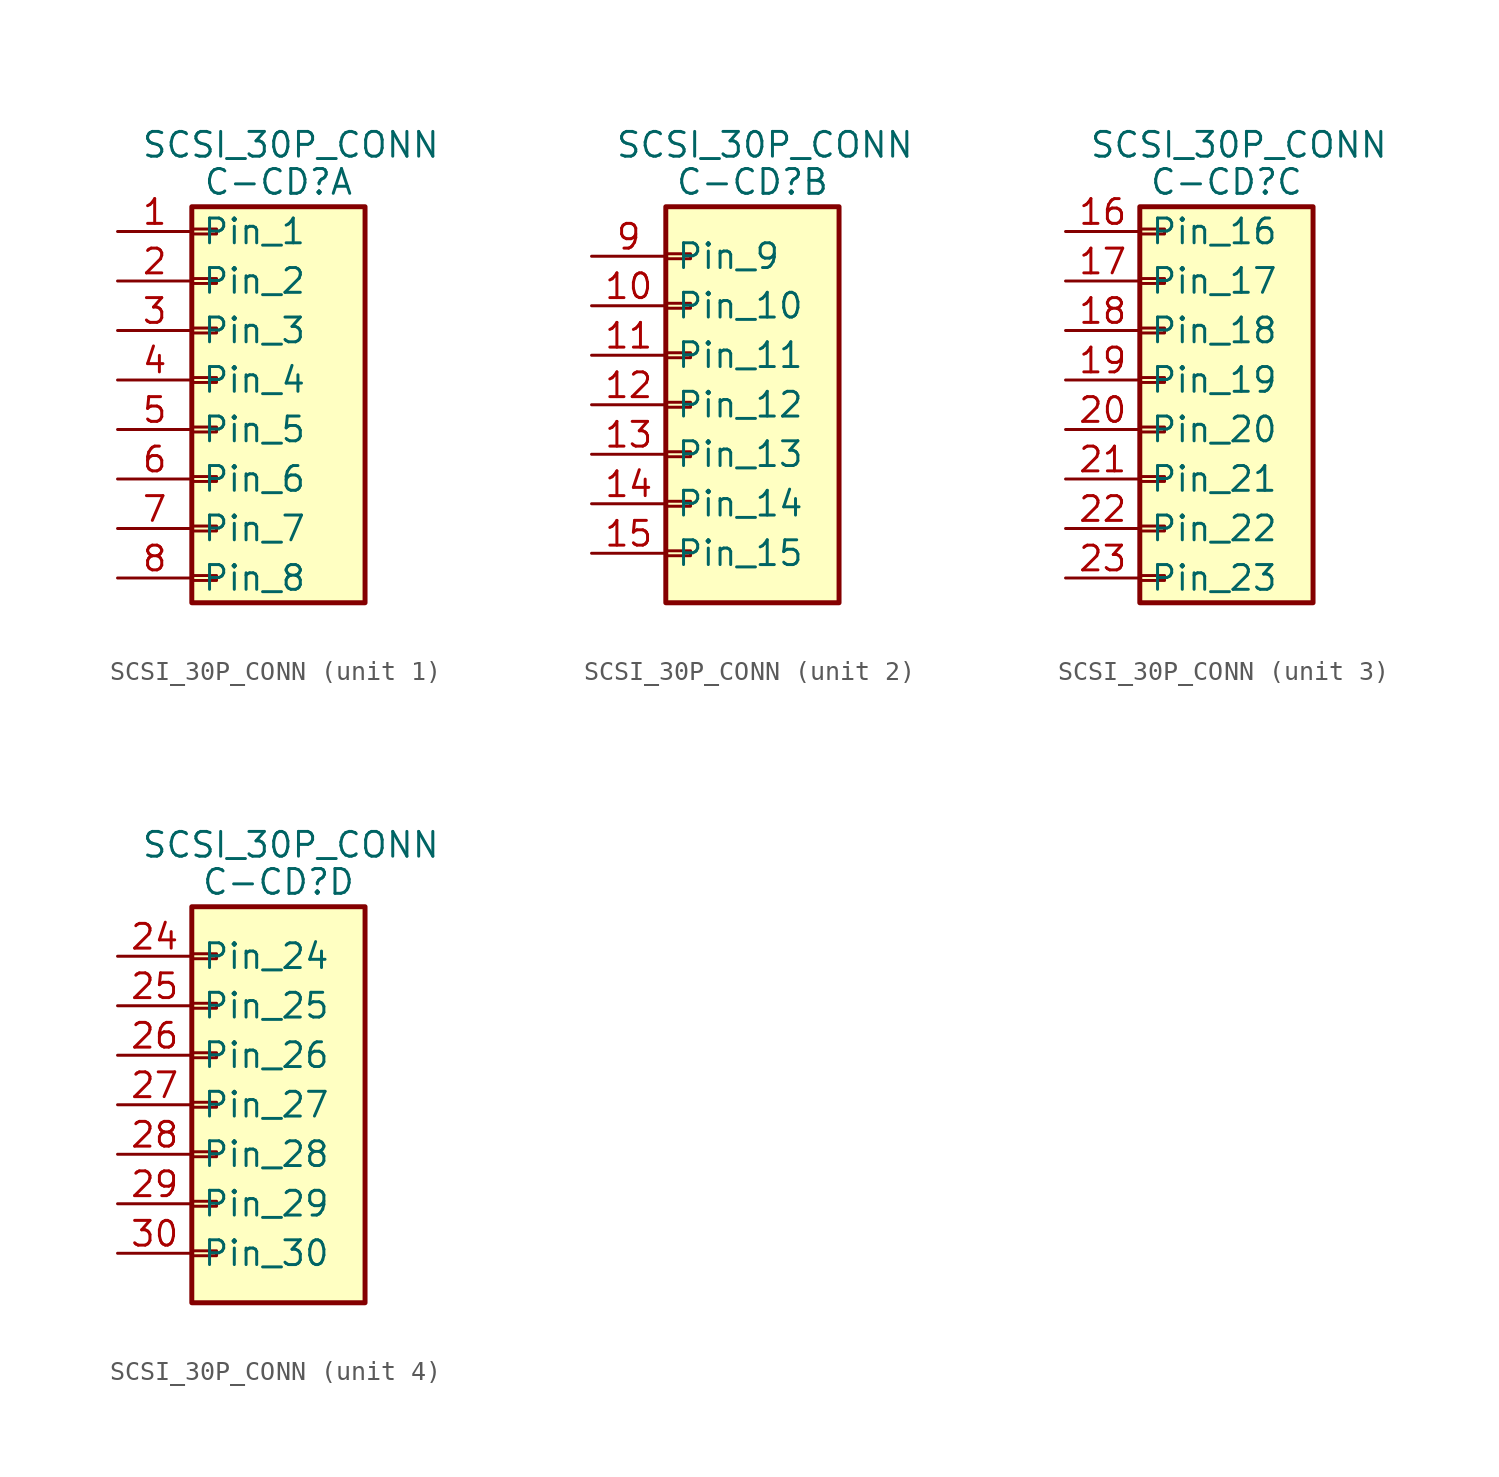
<source format=kicad_sym>
(kicad_symbol_lib
  (version 20211014)
  (generator kicad_symbol_editor)
  (symbol "SCSI_30P_CONN"
    (property "Reference" "C-CD"
      (at 8.255 1.27 0)
      (effects (font (size 1.27 1.27))))
    (property "Value" "SCSI_30P_CONN"
      (at 8.89 3.175 0)
      (effects (font (size 1.27 1.27))))
    (symbol "SCSI_30P_CONN_1_1"
      (rectangle (start 3.81 -18.923) (end 5.08 -19.177) (stroke (width 0.152) (type default) (color 0 0 0 0)) (fill (type none)))
      (rectangle (start 3.81 -16.383) (end 5.08 -16.637) (stroke (width 0.152) (type default) (color 0 0 0 0)) (fill (type none)))
      (rectangle (start 3.81 -13.843) (end 5.08 -14.097) (stroke (width 0.152) (type default) (color 0 0 0 0)) (fill (type none)))
      (rectangle (start 3.81 -11.303) (end 5.08 -11.557) (stroke (width 0.152) (type default) (color 0 0 0 0)) (fill (type none)))
      (rectangle (start 3.81 -8.763) (end 5.08 -9.017) (stroke (width 0.152) (type default) (color 0 0 0 0)) (fill (type none)))
      (rectangle (start 3.81 -6.223) (end 5.08 -6.477) (stroke (width 0.152) (type default) (color 0 0 0 0)) (fill (type none)))
      (rectangle (start 3.81 -3.683) (end 5.08 -3.937) (stroke (width 0.152) (type default) (color 0 0 0 0)) (fill (type none)))
      (rectangle (start 3.81 -1.143) (end 5.08 -1.397) (stroke (width 0.152) (type default) (color 0 0 0 0)) (fill (type none)))
      (rectangle (start 3.81 0) (end 12.7 -20.32) (stroke (width 0.254) (type default) (color 0 0 0 0)) (fill (type background)))
      (pin passive line (at 0 -1.27 0) (length 3.81) (name "Pin_1" (effects (font (size 1.27 1.27)))) (number "1" (effects (font (size 1.27 1.27)))))
      (pin passive line (at 0 -3.81 0) (length 3.81) (name "Pin_2" (effects (font (size 1.27 1.27)))) (number "2" (effects (font (size 1.27 1.27)))))
      (pin passive line (at 0 -6.35 0) (length 3.81) (name "Pin_3" (effects (font (size 1.27 1.27)))) (number "3" (effects (font (size 1.27 1.27)))))
      (pin passive line (at 0 -8.89 0) (length 3.81) (name "Pin_4" (effects (font (size 1.27 1.27)))) (number "4" (effects (font (size 1.27 1.27)))))
      (pin passive line (at 0 -11.43 0) (length 3.81) (name "Pin_5" (effects (font (size 1.27 1.27)))) (number "5" (effects (font (size 1.27 1.27)))))
      (pin passive line (at 0 -13.97 0) (length 3.81) (name "Pin_6" (effects (font (size 1.27 1.27)))) (number "6" (effects (font (size 1.27 1.27)))))
      (pin passive line (at 0 -16.51 0) (length 3.81) (name "Pin_7" (effects (font (size 1.27 1.27)))) (number "7" (effects (font (size 1.27 1.27)))))
      (pin passive line (at 0 -19.05 0) (length 3.81) (name "Pin_8" (effects (font (size 1.27 1.27)))) (number "8" (effects (font (size 1.27 1.27))))))
    (symbol "SCSI_30P_CONN_2_1"
      (rectangle (start 3.81 -17.653) (end 5.08 -17.907) (stroke (width 0.152) (type default) (color 0 0 0 0)) (fill (type none)))
      (rectangle (start 3.81 -15.113) (end 5.08 -15.367) (stroke (width 0.152) (type default) (color 0 0 0 0)) (fill (type none)))
      (rectangle (start 3.81 -12.573) (end 5.08 -12.827) (stroke (width 0.152) (type default) (color 0 0 0 0)) (fill (type none)))
      (rectangle (start 3.81 -10.033) (end 5.08 -10.287) (stroke (width 0.152) (type default) (color 0 0 0 0)) (fill (type none)))
      (rectangle (start 3.81 -7.493) (end 5.08 -7.747) (stroke (width 0.152) (type default) (color 0 0 0 0)) (fill (type none)))
      (rectangle (start 3.81 -4.953) (end 5.08 -5.207) (stroke (width 0.152) (type default) (color 0 0 0 0)) (fill (type none)))
      (rectangle (start 3.81 -2.413) (end 5.08 -2.667) (stroke (width 0.152) (type default) (color 0 0 0 0)) (fill (type none)))
      (rectangle (start 3.81 0) (end 12.7 -20.32) (stroke (width 0.254) (type default) (color 0 0 0 0)) (fill (type background)))
      (pin passive line (at 0 -5.08 0) (length 3.81) (name "Pin_10" (effects (font (size 1.27 1.27)))) (number "10" (effects (font (size 1.27 1.27)))))
      (pin passive line (at 0 -7.62 0) (length 3.81) (name "Pin_11" (effects (font (size 1.27 1.27)))) (number "11" (effects (font (size 1.27 1.27)))))
      (pin passive line (at 0 -10.16 0) (length 3.81) (name "Pin_12" (effects (font (size 1.27 1.27)))) (number "12" (effects (font (size 1.27 1.27)))))
      (pin passive line (at 0 -12.7 0) (length 3.81) (name "Pin_13" (effects (font (size 1.27 1.27)))) (number "13" (effects (font (size 1.27 1.27)))))
      (pin passive line (at 0 -15.24 0) (length 3.81) (name "Pin_14" (effects (font (size 1.27 1.27)))) (number "14" (effects (font (size 1.27 1.27)))))
      (pin passive line (at 0 -17.78 0) (length 3.81) (name "Pin_15" (effects (font (size 1.27 1.27)))) (number "15" (effects (font (size 1.27 1.27)))))
      (pin passive line (at 0 -2.54 0) (length 3.81) (name "Pin_9" (effects (font (size 1.27 1.27)))) (number "9" (effects (font (size 1.27 1.27))))))
    (symbol "SCSI_30P_CONN_3_1"
      (rectangle (start 3.81 -18.923) (end 5.08 -19.177) (stroke (width 0.152) (type default) (color 0 0 0 0)) (fill (type none)))
      (rectangle (start 3.81 -16.383) (end 5.08 -16.637) (stroke (width 0.152) (type default) (color 0 0 0 0)) (fill (type none)))
      (rectangle (start 3.81 -13.843) (end 5.08 -14.097) (stroke (width 0.152) (type default) (color 0 0 0 0)) (fill (type none)))
      (rectangle (start 3.81 -11.303) (end 5.08 -11.557) (stroke (width 0.152) (type default) (color 0 0 0 0)) (fill (type none)))
      (rectangle (start 3.81 -8.763) (end 5.08 -9.017) (stroke (width 0.152) (type default) (color 0 0 0 0)) (fill (type none)))
      (rectangle (start 3.81 -6.223) (end 5.08 -6.477) (stroke (width 0.152) (type default) (color 0 0 0 0)) (fill (type none)))
      (rectangle (start 3.81 -3.683) (end 5.08 -3.937) (stroke (width 0.152) (type default) (color 0 0 0 0)) (fill (type none)))
      (rectangle (start 3.81 -1.143) (end 5.08 -1.397) (stroke (width 0.152) (type default) (color 0 0 0 0)) (fill (type none)))
      (rectangle (start 3.81 0) (end 12.7 -20.32) (stroke (width 0.254) (type default) (color 0 0 0 0)) (fill (type background)))
      (pin passive line (at 0 -1.27 0) (length 3.81) (name "Pin_16" (effects (font (size 1.27 1.27)))) (number "16" (effects (font (size 1.27 1.27)))))
      (pin passive line (at 0 -3.81 0) (length 3.81) (name "Pin_17" (effects (font (size 1.27 1.27)))) (number "17" (effects (font (size 1.27 1.27)))))
      (pin passive line (at 0 -6.35 0) (length 3.81) (name "Pin_18" (effects (font (size 1.27 1.27)))) (number "18" (effects (font (size 1.27 1.27)))))
      (pin passive line (at 0 -8.89 0) (length 3.81) (name "Pin_19" (effects (font (size 1.27 1.27)))) (number "19" (effects (font (size 1.27 1.27)))))
      (pin passive line (at 0 -11.43 0) (length 3.81) (name "Pin_20" (effects (font (size 1.27 1.27)))) (number "20" (effects (font (size 1.27 1.27)))))
      (pin passive line (at 0 -13.97 0) (length 3.81) (name "Pin_21" (effects (font (size 1.27 1.27)))) (number "21" (effects (font (size 1.27 1.27)))))
      (pin passive line (at 0 -16.51 0) (length 3.81) (name "Pin_22" (effects (font (size 1.27 1.27)))) (number "22" (effects (font (size 1.27 1.27)))))
      (pin passive line (at 0 -19.05 0) (length 3.81) (name "Pin_23" (effects (font (size 1.27 1.27)))) (number "23" (effects (font (size 1.27 1.27))))))
    (symbol "SCSI_30P_CONN_4_1"
      (rectangle (start 3.81 -17.653) (end 5.08 -17.907) (stroke (width 0.152) (type default) (color 0 0 0 0)) (fill (type none)))
      (rectangle (start 3.81 -15.113) (end 5.08 -15.367) (stroke (width 0.152) (type default) (color 0 0 0 0)) (fill (type none)))
      (rectangle (start 3.81 -12.573) (end 5.08 -12.827) (stroke (width 0.152) (type default) (color 0 0 0 0)) (fill (type none)))
      (rectangle (start 3.81 -10.033) (end 5.08 -10.287) (stroke (width 0.152) (type default) (color 0 0 0 0)) (fill (type none)))
      (rectangle (start 3.81 -7.493) (end 5.08 -7.747) (stroke (width 0.152) (type default) (color 0 0 0 0)) (fill (type none)))
      (rectangle (start 3.81 -4.953) (end 5.08 -5.207) (stroke (width 0.152) (type default) (color 0 0 0 0)) (fill (type none)))
      (rectangle (start 3.81 -2.413) (end 5.08 -2.667) (stroke (width 0.152) (type default) (color 0 0 0 0)) (fill (type none)))
      (rectangle (start 3.81 0) (end 12.7 -20.32) (stroke (width 0.254) (type default) (color 0 0 0 0)) (fill (type background)))
      (pin passive line (at 0 -2.54 0) (length 3.81) (name "Pin_24" (effects (font (size 1.27 1.27)))) (number "24" (effects (font (size 1.27 1.27)))))
      (pin passive line (at 0 -5.08 0) (length 3.81) (name "Pin_25" (effects (font (size 1.27 1.27)))) (number "25" (effects (font (size 1.27 1.27)))))
      (pin passive line (at 0 -7.62 0) (length 3.81) (name "Pin_26" (effects (font (size 1.27 1.27)))) (number "26" (effects (font (size 1.27 1.27)))))
      (pin passive line (at 0 -10.16 0) (length 3.81) (name "Pin_27" (effects (font (size 1.27 1.27)))) (number "27" (effects (font (size 1.27 1.27)))))
      (pin passive line (at 0 -12.7 0) (length 3.81) (name "Pin_28" (effects (font (size 1.27 1.27)))) (number "28" (effects (font (size 1.27 1.27)))))
      (pin passive line (at 0 -15.24 0) (length 3.81) (name "Pin_29" (effects (font (size 1.27 1.27)))) (number "29" (effects (font (size 1.27 1.27)))))
      (pin passive line (at 0 -17.78 0) (length 3.81) (name "Pin_30" (effects (font (size 1.27 1.27)))) (number "30" (effects (font (size 1.27 1.27))))))))
</source>
